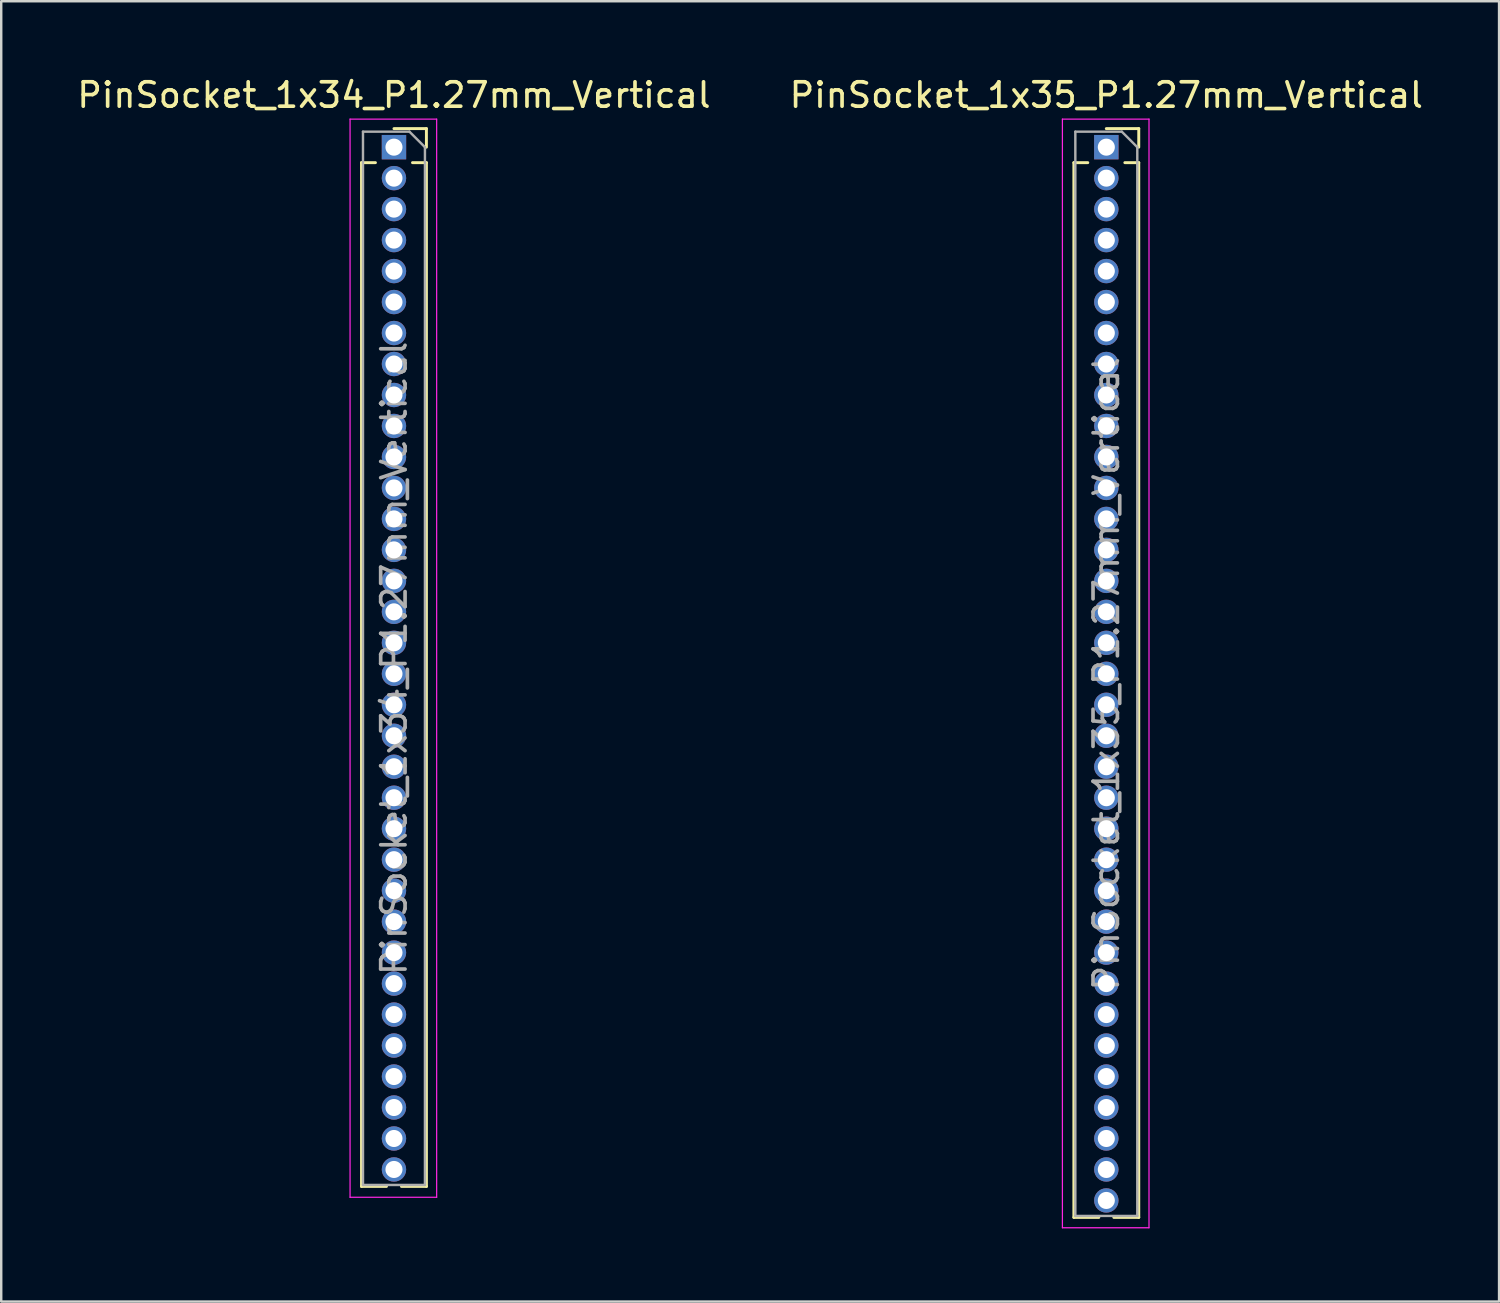
<source format=kicad_pcb>
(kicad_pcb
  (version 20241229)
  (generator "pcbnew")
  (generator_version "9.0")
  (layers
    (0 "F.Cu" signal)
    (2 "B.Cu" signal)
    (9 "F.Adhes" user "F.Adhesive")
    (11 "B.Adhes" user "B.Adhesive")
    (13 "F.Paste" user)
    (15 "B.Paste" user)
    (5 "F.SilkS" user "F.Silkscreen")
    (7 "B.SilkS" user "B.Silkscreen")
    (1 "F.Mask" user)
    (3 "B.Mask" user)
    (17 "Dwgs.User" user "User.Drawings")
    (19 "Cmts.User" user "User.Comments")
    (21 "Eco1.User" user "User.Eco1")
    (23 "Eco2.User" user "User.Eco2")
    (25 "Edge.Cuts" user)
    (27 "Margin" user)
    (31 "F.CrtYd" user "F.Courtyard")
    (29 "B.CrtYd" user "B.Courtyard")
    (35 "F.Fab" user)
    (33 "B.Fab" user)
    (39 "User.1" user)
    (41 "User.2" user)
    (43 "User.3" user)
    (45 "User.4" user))
  (footprint "PinSocket_1x34_P1.27mm_Vertical"
    (layer "F.Cu")
    (at 13.101 2.983)
    (property "Reference" "PinSocket_1x34_P1.27mm_Vertical" (at 0 -2.135 0) (layer "F.SilkS") (effects (font (size 1 1) (thickness 0.15))))
    (attr through_hole)
    (fp_line (start -1.33 0.635) (end -1.33 42.605) (stroke (width 0.12) (type solid)) (layer "F.SilkS"))
    (fp_line (start -1.33 0.635) (end -0.76 0.635) (stroke (width 0.12) (type solid)) (layer "F.SilkS"))
    (fp_line (start -1.33 42.605) (end -0.308 42.605) (stroke (width 0.12) (type solid)) (layer "F.SilkS"))
    (fp_line (start 0 -0.76) (end 1.33 -0.76) (stroke (width 0.12) (type solid)) (layer "F.SilkS"))
    (fp_line (start 0.308 42.605) (end 1.33 42.605) (stroke (width 0.12) (type solid)) (layer "F.SilkS"))
    (fp_line (start 0.76 0.635) (end 1.33 0.635) (stroke (width 0.12) (type solid)) (layer "F.SilkS"))
    (fp_line (start 1.33 -0.76) (end 1.33 0) (stroke (width 0.12) (type solid)) (layer "F.SilkS"))
    (fp_line (start 1.33 0.635) (end 1.33 42.605) (stroke (width 0.12) (type solid)) (layer "F.SilkS"))
    (fp_line (start -1.8 -1.15) (end 1.75 -1.15) (stroke (width 0.05) (type solid)) (layer "F.CrtYd"))
    (fp_line (start -1.8 43.05) (end -1.8 -1.15) (stroke (width 0.05) (type solid)) (layer "F.CrtYd"))
    (fp_line (start 1.75 -1.15) (end 1.75 43.05) (stroke (width 0.05) (type solid)) (layer "F.CrtYd"))
    (fp_line (start 1.75 43.05) (end -1.8 43.05) (stroke (width 0.05) (type solid)) (layer "F.CrtYd"))
    (fp_line (start -1.27 -0.635) (end 0.635 -0.635) (stroke (width 0.1) (type solid)) (layer "F.Fab"))
    (fp_line (start -1.27 42.545) (end -1.27 -0.635) (stroke (width 0.1) (type solid)) (layer "F.Fab"))
    (fp_line (start 0.635 -0.635) (end 1.27 0) (stroke (width 0.1) (type solid)) (layer "F.Fab"))
    (fp_line (start 1.27 0) (end 1.27 42.545) (stroke (width 0.1) (type solid)) (layer "F.Fab"))
    (fp_line (start 1.27 42.545) (end -1.27 42.545) (stroke (width 0.1) (type solid)) (layer "F.Fab"))
    (fp_text user "${REFERENCE}" (at 0 20.955 90) (layer "F.Fab") (effects (font (size 1 1) (thickness 0.15))))
    (pad "1" thru_hole rect (at 0 0) (size 1 1) (drill 0.7) (layers "*.Cu" "*.Mask"))
    (pad "2" thru_hole circle (at 0 1.27) (size 1 1) (drill 0.7) (layers "*.Cu" "*.Mask"))
    (pad "3" thru_hole circle (at 0 2.54) (size 1 1) (drill 0.7) (layers "*.Cu" "*.Mask"))
    (pad "4" thru_hole circle (at 0 3.81) (size 1 1) (drill 0.7) (layers "*.Cu" "*.Mask"))
    (pad "5" thru_hole circle (at 0 5.08) (size 1 1) (drill 0.7) (layers "*.Cu" "*.Mask"))
    (pad "6" thru_hole circle (at 0 6.35) (size 1 1) (drill 0.7) (layers "*.Cu" "*.Mask"))
    (pad "7" thru_hole circle (at 0 7.62) (size 1 1) (drill 0.7) (layers "*.Cu" "*.Mask"))
    (pad "8" thru_hole circle (at 0 8.89) (size 1 1) (drill 0.7) (layers "*.Cu" "*.Mask"))
    (pad "9" thru_hole circle (at 0 10.16) (size 1 1) (drill 0.7) (layers "*.Cu" "*.Mask"))
    (pad "10" thru_hole circle (at 0 11.43) (size 1 1) (drill 0.7) (layers "*.Cu" "*.Mask"))
    (pad "11" thru_hole circle (at 0 12.7) (size 1 1) (drill 0.7) (layers "*.Cu" "*.Mask"))
    (pad "12" thru_hole circle (at 0 13.97) (size 1 1) (drill 0.7) (layers "*.Cu" "*.Mask"))
    (pad "13" thru_hole circle (at 0 15.24) (size 1 1) (drill 0.7) (layers "*.Cu" "*.Mask"))
    (pad "14" thru_hole circle (at 0 16.51) (size 1 1) (drill 0.7) (layers "*.Cu" "*.Mask"))
    (pad "15" thru_hole circle (at 0 17.78) (size 1 1) (drill 0.7) (layers "*.Cu" "*.Mask"))
    (pad "16" thru_hole circle (at 0 19.05) (size 1 1) (drill 0.7) (layers "*.Cu" "*.Mask"))
    (pad "17" thru_hole circle (at 0 20.32) (size 1 1) (drill 0.7) (layers "*.Cu" "*.Mask"))
    (pad "18" thru_hole circle (at 0 21.59) (size 1 1) (drill 0.7) (layers "*.Cu" "*.Mask"))
    (pad "19" thru_hole circle (at 0 22.86) (size 1 1) (drill 0.7) (layers "*.Cu" "*.Mask"))
    (pad "20" thru_hole circle (at 0 24.13) (size 1 1) (drill 0.7) (layers "*.Cu" "*.Mask"))
    (pad "21" thru_hole circle (at 0 25.4) (size 1 1) (drill 0.7) (layers "*.Cu" "*.Mask"))
    (pad "22" thru_hole circle (at 0 26.67) (size 1 1) (drill 0.7) (layers "*.Cu" "*.Mask"))
    (pad "23" thru_hole circle (at 0 27.94) (size 1 1) (drill 0.7) (layers "*.Cu" "*.Mask"))
    (pad "24" thru_hole circle (at 0 29.21) (size 1 1) (drill 0.7) (layers "*.Cu" "*.Mask"))
    (pad "25" thru_hole circle (at 0 30.48) (size 1 1) (drill 0.7) (layers "*.Cu" "*.Mask"))
    (pad "26" thru_hole circle (at 0 31.75) (size 1 1) (drill 0.7) (layers "*.Cu" "*.Mask"))
    (pad "27" thru_hole circle (at 0 33.02) (size 1 1) (drill 0.7) (layers "*.Cu" "*.Mask"))
    (pad "28" thru_hole circle (at 0 34.29) (size 1 1) (drill 0.7) (layers "*.Cu" "*.Mask"))
    (pad "29" thru_hole circle (at 0 35.56) (size 1 1) (drill 0.7) (layers "*.Cu" "*.Mask"))
    (pad "30" thru_hole circle (at 0 36.83) (size 1 1) (drill 0.7) (layers "*.Cu" "*.Mask"))
    (pad "31" thru_hole circle (at 0 38.1) (size 1 1) (drill 0.7) (layers "*.Cu" "*.Mask"))
    (pad "32" thru_hole circle (at 0 39.37) (size 1 1) (drill 0.7) (layers "*.Cu" "*.Mask"))
    (pad "33" thru_hole circle (at 0 40.64) (size 1 1) (drill 0.7) (layers "*.Cu" "*.Mask"))
    (pad "34" thru_hole circle (at 0 41.91) (size 1 1) (drill 0.7) (layers "*.Cu" "*.Mask")))
  (footprint "PinSocket_1x35_P1.27mm_Vertical"
    (layer "F.Cu")
    (at 42.304 2.983)
    (property "Reference" "PinSocket_1x35_P1.27mm_Vertical" (at 0 -2.135 0) (layer "F.SilkS") (effects (font (size 1 1) (thickness 0.15))))
    (attr through_hole)
    (fp_line (start -1.33 0.635) (end -1.33 43.875) (stroke (width 0.12) (type solid)) (layer "F.SilkS"))
    (fp_line (start -1.33 0.635) (end -0.76 0.635) (stroke (width 0.12) (type solid)) (layer "F.SilkS"))
    (fp_line (start -1.33 43.875) (end -0.308 43.875) (stroke (width 0.12) (type solid)) (layer "F.SilkS"))
    (fp_line (start 0 -0.76) (end 1.33 -0.76) (stroke (width 0.12) (type solid)) (layer "F.SilkS"))
    (fp_line (start 0.308 43.875) (end 1.33 43.875) (stroke (width 0.12) (type solid)) (layer "F.SilkS"))
    (fp_line (start 0.76 0.635) (end 1.33 0.635) (stroke (width 0.12) (type solid)) (layer "F.SilkS"))
    (fp_line (start 1.33 -0.76) (end 1.33 0) (stroke (width 0.12) (type solid)) (layer "F.SilkS"))
    (fp_line (start 1.33 0.635) (end 1.33 43.875) (stroke (width 0.12) (type solid)) (layer "F.SilkS"))
    (fp_line (start -1.8 -1.15) (end 1.75 -1.15) (stroke (width 0.05) (type solid)) (layer "F.CrtYd"))
    (fp_line (start -1.8 44.3) (end -1.8 -1.15) (stroke (width 0.05) (type solid)) (layer "F.CrtYd"))
    (fp_line (start 1.75 -1.15) (end 1.75 44.3) (stroke (width 0.05) (type solid)) (layer "F.CrtYd"))
    (fp_line (start 1.75 44.3) (end -1.8 44.3) (stroke (width 0.05) (type solid)) (layer "F.CrtYd"))
    (fp_line (start -1.27 -0.635) (end 0.635 -0.635) (stroke (width 0.1) (type solid)) (layer "F.Fab"))
    (fp_line (start -1.27 43.815) (end -1.27 -0.635) (stroke (width 0.1) (type solid)) (layer "F.Fab"))
    (fp_line (start 0.635 -0.635) (end 1.27 0) (stroke (width 0.1) (type solid)) (layer "F.Fab"))
    (fp_line (start 1.27 0) (end 1.27 43.815) (stroke (width 0.1) (type solid)) (layer "F.Fab"))
    (fp_line (start 1.27 43.815) (end -1.27 43.815) (stroke (width 0.1) (type solid)) (layer "F.Fab"))
    (fp_text user "${REFERENCE}" (at 0 21.59 90) (layer "F.Fab") (effects (font (size 1 1) (thickness 0.15))))
    (pad "1" thru_hole rect (at 0 0) (size 1 1) (drill 0.7) (layers "*.Cu" "*.Mask"))
    (pad "2" thru_hole circle (at 0 1.27) (size 1 1) (drill 0.7) (layers "*.Cu" "*.Mask"))
    (pad "3" thru_hole circle (at 0 2.54) (size 1 1) (drill 0.7) (layers "*.Cu" "*.Mask"))
    (pad "4" thru_hole circle (at 0 3.81) (size 1 1) (drill 0.7) (layers "*.Cu" "*.Mask"))
    (pad "5" thru_hole circle (at 0 5.08) (size 1 1) (drill 0.7) (layers "*.Cu" "*.Mask"))
    (pad "6" thru_hole circle (at 0 6.35) (size 1 1) (drill 0.7) (layers "*.Cu" "*.Mask"))
    (pad "7" thru_hole circle (at 0 7.62) (size 1 1) (drill 0.7) (layers "*.Cu" "*.Mask"))
    (pad "8" thru_hole circle (at 0 8.89) (size 1 1) (drill 0.7) (layers "*.Cu" "*.Mask"))
    (pad "9" thru_hole circle (at 0 10.16) (size 1 1) (drill 0.7) (layers "*.Cu" "*.Mask"))
    (pad "10" thru_hole circle (at 0 11.43) (size 1 1) (drill 0.7) (layers "*.Cu" "*.Mask"))
    (pad "11" thru_hole circle (at 0 12.7) (size 1 1) (drill 0.7) (layers "*.Cu" "*.Mask"))
    (pad "12" thru_hole circle (at 0 13.97) (size 1 1) (drill 0.7) (layers "*.Cu" "*.Mask"))
    (pad "13" thru_hole circle (at 0 15.24) (size 1 1) (drill 0.7) (layers "*.Cu" "*.Mask"))
    (pad "14" thru_hole circle (at 0 16.51) (size 1 1) (drill 0.7) (layers "*.Cu" "*.Mask"))
    (pad "15" thru_hole circle (at 0 17.78) (size 1 1) (drill 0.7) (layers "*.Cu" "*.Mask"))
    (pad "16" thru_hole circle (at 0 19.05) (size 1 1) (drill 0.7) (layers "*.Cu" "*.Mask"))
    (pad "17" thru_hole circle (at 0 20.32) (size 1 1) (drill 0.7) (layers "*.Cu" "*.Mask"))
    (pad "18" thru_hole circle (at 0 21.59) (size 1 1) (drill 0.7) (layers "*.Cu" "*.Mask"))
    (pad "19" thru_hole circle (at 0 22.86) (size 1 1) (drill 0.7) (layers "*.Cu" "*.Mask"))
    (pad "20" thru_hole circle (at 0 24.13) (size 1 1) (drill 0.7) (layers "*.Cu" "*.Mask"))
    (pad "21" thru_hole circle (at 0 25.4) (size 1 1) (drill 0.7) (layers "*.Cu" "*.Mask"))
    (pad "22" thru_hole circle (at 0 26.67) (size 1 1) (drill 0.7) (layers "*.Cu" "*.Mask"))
    (pad "23" thru_hole circle (at 0 27.94) (size 1 1) (drill 0.7) (layers "*.Cu" "*.Mask"))
    (pad "24" thru_hole circle (at 0 29.21) (size 1 1) (drill 0.7) (layers "*.Cu" "*.Mask"))
    (pad "25" thru_hole circle (at 0 30.48) (size 1 1) (drill 0.7) (layers "*.Cu" "*.Mask"))
    (pad "26" thru_hole circle (at 0 31.75) (size 1 1) (drill 0.7) (layers "*.Cu" "*.Mask"))
    (pad "27" thru_hole circle (at 0 33.02) (size 1 1) (drill 0.7) (layers "*.Cu" "*.Mask"))
    (pad "28" thru_hole circle (at 0 34.29) (size 1 1) (drill 0.7) (layers "*.Cu" "*.Mask"))
    (pad "29" thru_hole circle (at 0 35.56) (size 1 1) (drill 0.7) (layers "*.Cu" "*.Mask"))
    (pad "30" thru_hole circle (at 0 36.83) (size 1 1) (drill 0.7) (layers "*.Cu" "*.Mask"))
    (pad "31" thru_hole circle (at 0 38.1) (size 1 1) (drill 0.7) (layers "*.Cu" "*.Mask"))
    (pad "32" thru_hole circle (at 0 39.37) (size 1 1) (drill 0.7) (layers "*.Cu" "*.Mask"))
    (pad "33" thru_hole circle (at 0 40.64) (size 1 1) (drill 0.7) (layers "*.Cu" "*.Mask"))
    (pad "34" thru_hole circle (at 0 41.91) (size 1 1) (drill 0.7) (layers "*.Cu" "*.Mask"))
    (pad "35" thru_hole circle (at 0 43.18) (size 1 1) (drill 0.7) (layers "*.Cu" "*.Mask")))
  (gr_rect
    (start -3 -3)
    (end 58.405 50.308)
    (stroke (width 0.1) (type default))
    (fill no)
    (layer "Edge.Cuts")))
</source>
